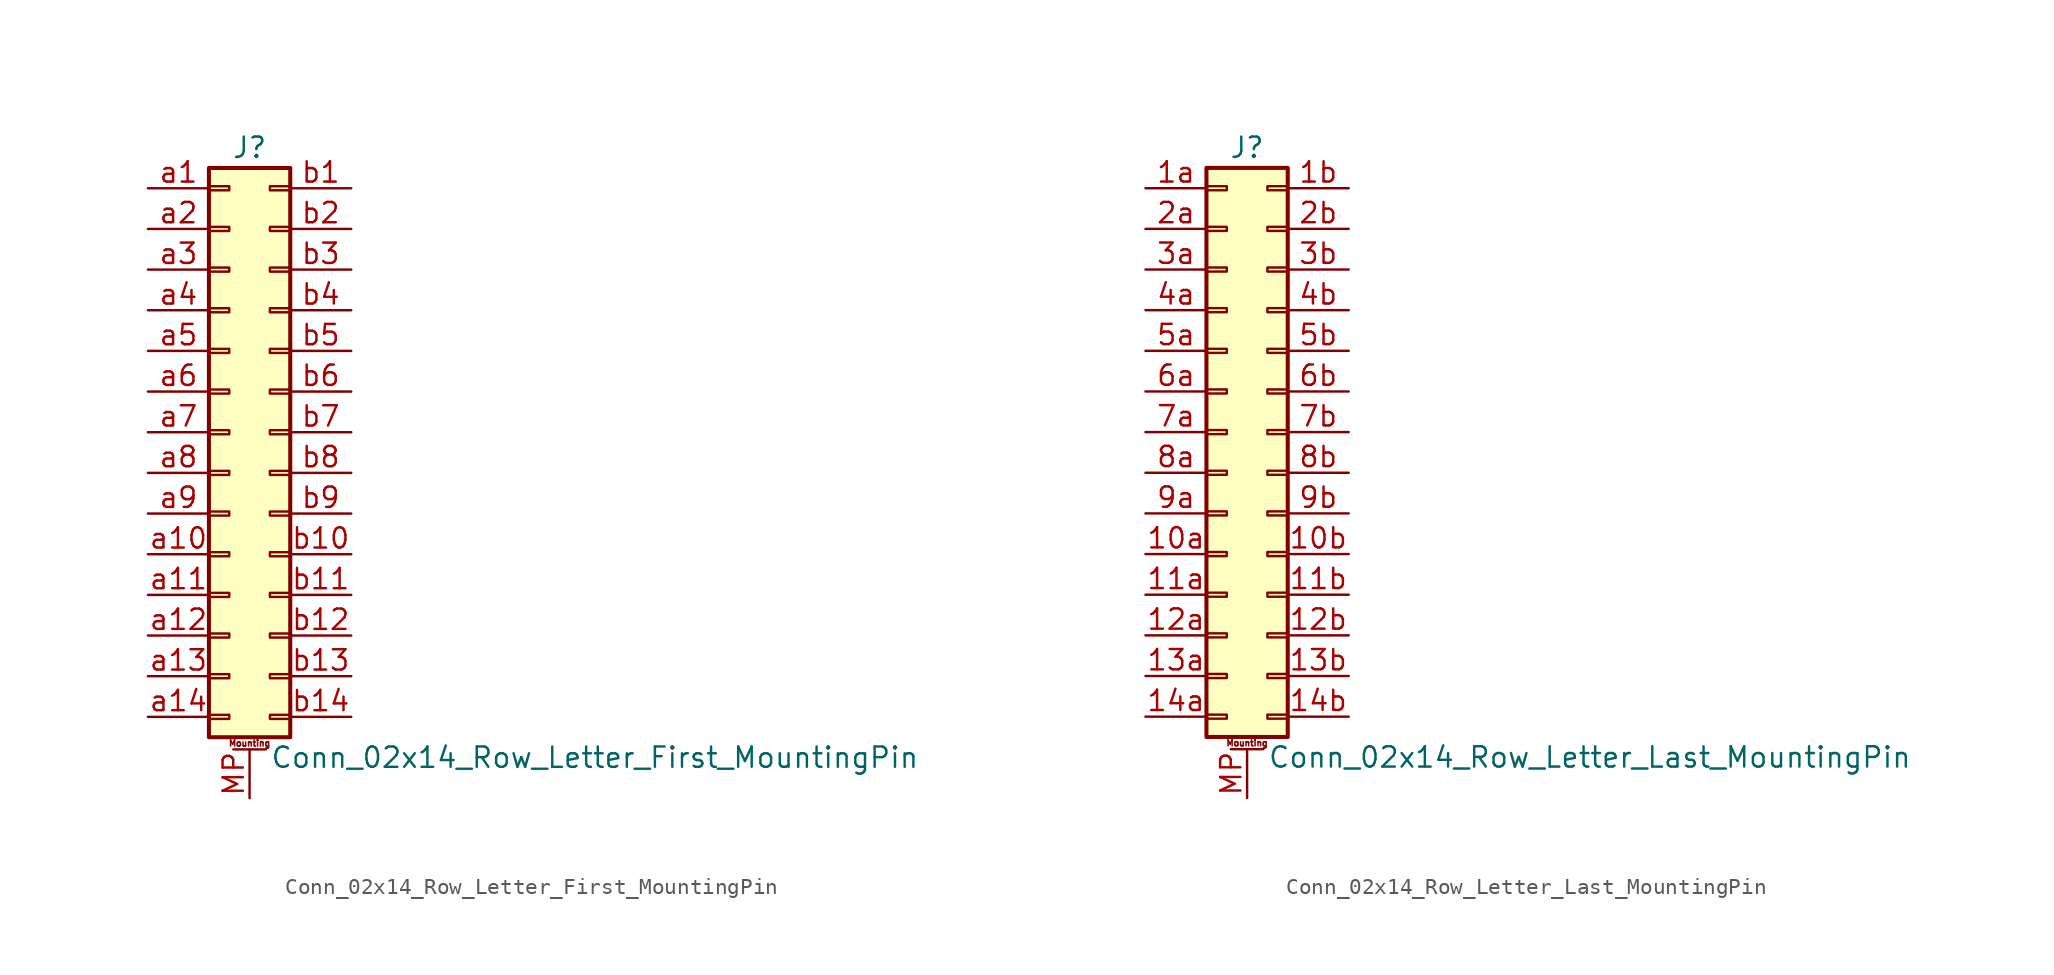
<source format=kicad_sym>
(kicad_symbol_lib
  (version 20201005)
  (generator kicad_symbol_editor)
  (symbol "Conn_02x14_Row_Letter_First_MountingPin"
    (pin_names
      (offset 1.016) hide)
    (property "Reference" "J"
      (at 1.27 17.78 0)
      (effects (font (size 1.27 1.27))))
    (property "Value" "Conn_02x14_Row_Letter_First_MountingPin"
      (at 2.54 -20.32 0)
      (effects (font (size 1.27 1.27)) (justify left)))
    (symbol "Conn_02x14_Row_Letter_First_MountingPin_1_1"
      (text "Mounting" (at 1.27 -19.431 0) (effects (font (size 0.381 0.381))))
      (rectangle (start -1.27 -17.653) (end 0 -17.907) (stroke (width 0.152)) (fill (type none)))
      (rectangle (start -1.27 -15.113) (end 0 -15.367) (stroke (width 0.152)) (fill (type none)))
      (rectangle (start -1.27 -12.573) (end 0 -12.827) (stroke (width 0.152)) (fill (type none)))
      (rectangle (start -1.27 -10.033) (end 0 -10.287) (stroke (width 0.152)) (fill (type none)))
      (rectangle (start -1.27 -7.493) (end 0 -7.747) (stroke (width 0.152)) (fill (type none)))
      (rectangle (start -1.27 -4.953) (end 0 -5.207) (stroke (width 0.152)) (fill (type none)))
      (rectangle (start -1.27 -2.413) (end 0 -2.667) (stroke (width 0.152)) (fill (type none)))
      (rectangle (start -1.27 0.127) (end 0 -0.127) (stroke (width 0.152)) (fill (type none)))
      (rectangle (start -1.27 2.667) (end 0 2.413) (stroke (width 0.152)) (fill (type none)))
      (rectangle (start -1.27 5.207) (end 0 4.953) (stroke (width 0.152)) (fill (type none)))
      (rectangle (start -1.27 7.747) (end 0 7.493) (stroke (width 0.152)) (fill (type none)))
      (rectangle (start -1.27 10.287) (end 0 10.033) (stroke (width 0.152)) (fill (type none)))
      (rectangle (start -1.27 12.827) (end 0 12.573) (stroke (width 0.152)) (fill (type none)))
      (rectangle (start -1.27 15.367) (end 0 15.113) (stroke (width 0.152)) (fill (type none)))
      (rectangle (start 3.81 -17.653) (end 2.54 -17.907) (stroke (width 0.152)) (fill (type none)))
      (rectangle (start 3.81 -15.113) (end 2.54 -15.367) (stroke (width 0.152)) (fill (type none)))
      (rectangle (start 3.81 -12.573) (end 2.54 -12.827) (stroke (width 0.152)) (fill (type none)))
      (rectangle (start 3.81 -10.033) (end 2.54 -10.287) (stroke (width 0.152)) (fill (type none)))
      (rectangle (start 3.81 -7.493) (end 2.54 -7.747) (stroke (width 0.152)) (fill (type none)))
      (rectangle (start 3.81 -4.953) (end 2.54 -5.207) (stroke (width 0.152)) (fill (type none)))
      (rectangle (start 3.81 -2.413) (end 2.54 -2.667) (stroke (width 0.152)) (fill (type none)))
      (rectangle (start 3.81 0.127) (end 2.54 -0.127) (stroke (width 0.152)) (fill (type none)))
      (rectangle (start 3.81 2.667) (end 2.54 2.413) (stroke (width 0.152)) (fill (type none)))
      (rectangle (start 3.81 5.207) (end 2.54 4.953) (stroke (width 0.152)) (fill (type none)))
      (rectangle (start 3.81 7.747) (end 2.54 7.493) (stroke (width 0.152)) (fill (type none)))
      (rectangle (start 3.81 10.287) (end 2.54 10.033) (stroke (width 0.152)) (fill (type none)))
      (rectangle (start 3.81 12.827) (end 2.54 12.573) (stroke (width 0.152)) (fill (type none)))
      (rectangle (start 3.81 15.367) (end 2.54 15.113) (stroke (width 0.152)) (fill (type none)))
      (rectangle (start -1.27 16.51) (end 3.81 -19.05) (stroke (width 0.254)) (fill (type background)))
      (polyline (pts (xy 0.254 -19.812) (xy 2.286 -19.812)) (stroke (width 0.152)) (fill (type none)))
      (pin passive line (at 1.27 -22.86 90) (length 3.048) (name "MountPin" (effects (font (size 1.27 1.27)))) (number "MP" (effects (font (size 1.27 1.27)))))
      (pin passive line (at -5.08 15.24 0) (length 3.81) (name "Pin_a1" (effects (font (size 1.27 1.27)))) (number "a1" (effects (font (size 1.27 1.27)))))
      (pin passive line (at -5.08 -7.62 0) (length 3.81) (name "Pin_a10" (effects (font (size 1.27 1.27)))) (number "a10" (effects (font (size 1.27 1.27)))))
      (pin passive line (at -5.08 -10.16 0) (length 3.81) (name "Pin_a11" (effects (font (size 1.27 1.27)))) (number "a11" (effects (font (size 1.27 1.27)))))
      (pin passive line (at -5.08 -12.7 0) (length 3.81) (name "Pin_a12" (effects (font (size 1.27 1.27)))) (number "a12" (effects (font (size 1.27 1.27)))))
      (pin passive line (at -5.08 -15.24 0) (length 3.81) (name "Pin_a13" (effects (font (size 1.27 1.27)))) (number "a13" (effects (font (size 1.27 1.27)))))
      (pin passive line (at -5.08 -17.78 0) (length 3.81) (name "Pin_a14" (effects (font (size 1.27 1.27)))) (number "a14" (effects (font (size 1.27 1.27)))))
      (pin passive line (at -5.08 12.7 0) (length 3.81) (name "Pin_a2" (effects (font (size 1.27 1.27)))) (number "a2" (effects (font (size 1.27 1.27)))))
      (pin passive line (at -5.08 10.16 0) (length 3.81) (name "Pin_a3" (effects (font (size 1.27 1.27)))) (number "a3" (effects (font (size 1.27 1.27)))))
      (pin passive line (at -5.08 7.62 0) (length 3.81) (name "Pin_a4" (effects (font (size 1.27 1.27)))) (number "a4" (effects (font (size 1.27 1.27)))))
      (pin passive line (at -5.08 5.08 0) (length 3.81) (name "Pin_a5" (effects (font (size 1.27 1.27)))) (number "a5" (effects (font (size 1.27 1.27)))))
      (pin passive line (at -5.08 2.54 0) (length 3.81) (name "Pin_a6" (effects (font (size 1.27 1.27)))) (number "a6" (effects (font (size 1.27 1.27)))))
      (pin passive line (at -5.08 0 0) (length 3.81) (name "Pin_a7" (effects (font (size 1.27 1.27)))) (number "a7" (effects (font (size 1.27 1.27)))))
      (pin passive line (at -5.08 -2.54 0) (length 3.81) (name "Pin_a8" (effects (font (size 1.27 1.27)))) (number "a8" (effects (font (size 1.27 1.27)))))
      (pin passive line (at -5.08 -5.08 0) (length 3.81) (name "Pin_a9" (effects (font (size 1.27 1.27)))) (number "a9" (effects (font (size 1.27 1.27)))))
      (pin passive line (at 7.62 15.24 180) (length 3.81) (name "Pin_b1" (effects (font (size 1.27 1.27)))) (number "b1" (effects (font (size 1.27 1.27)))))
      (pin passive line (at 7.62 -7.62 180) (length 3.81) (name "Pin_b10" (effects (font (size 1.27 1.27)))) (number "b10" (effects (font (size 1.27 1.27)))))
      (pin passive line (at 7.62 -10.16 180) (length 3.81) (name "Pin_b11" (effects (font (size 1.27 1.27)))) (number "b11" (effects (font (size 1.27 1.27)))))
      (pin passive line (at 7.62 -12.7 180) (length 3.81) (name "Pin_b12" (effects (font (size 1.27 1.27)))) (number "b12" (effects (font (size 1.27 1.27)))))
      (pin passive line (at 7.62 -15.24 180) (length 3.81) (name "Pin_b13" (effects (font (size 1.27 1.27)))) (number "b13" (effects (font (size 1.27 1.27)))))
      (pin passive line (at 7.62 -17.78 180) (length 3.81) (name "Pin_b14" (effects (font (size 1.27 1.27)))) (number "b14" (effects (font (size 1.27 1.27)))))
      (pin passive line (at 7.62 12.7 180) (length 3.81) (name "Pin_b2" (effects (font (size 1.27 1.27)))) (number "b2" (effects (font (size 1.27 1.27)))))
      (pin passive line (at 7.62 10.16 180) (length 3.81) (name "Pin_b3" (effects (font (size 1.27 1.27)))) (number "b3" (effects (font (size 1.27 1.27)))))
      (pin passive line (at 7.62 7.62 180) (length 3.81) (name "Pin_b4" (effects (font (size 1.27 1.27)))) (number "b4" (effects (font (size 1.27 1.27)))))
      (pin passive line (at 7.62 5.08 180) (length 3.81) (name "Pin_b5" (effects (font (size 1.27 1.27)))) (number "b5" (effects (font (size 1.27 1.27)))))
      (pin passive line (at 7.62 2.54 180) (length 3.81) (name "Pin_b6" (effects (font (size 1.27 1.27)))) (number "b6" (effects (font (size 1.27 1.27)))))
      (pin passive line (at 7.62 0 180) (length 3.81) (name "Pin_b7" (effects (font (size 1.27 1.27)))) (number "b7" (effects (font (size 1.27 1.27)))))
      (pin passive line (at 7.62 -2.54 180) (length 3.81) (name "Pin_b8" (effects (font (size 1.27 1.27)))) (number "b8" (effects (font (size 1.27 1.27)))))
      (pin passive line (at 7.62 -5.08 180) (length 3.81) (name "Pin_b9" (effects (font (size 1.27 1.27)))) (number "b9" (effects (font (size 1.27 1.27)))))))
  (symbol "Conn_02x14_Row_Letter_Last_MountingPin"
    (pin_names
      (offset 1.016) hide)
    (property "Reference" "J"
      (at 1.27 17.78 0)
      (effects (font (size 1.27 1.27))))
    (property "Value" "Conn_02x14_Row_Letter_Last_MountingPin"
      (at 2.54 -20.32 0)
      (effects (font (size 1.27 1.27)) (justify left)))
    (symbol "Conn_02x14_Row_Letter_Last_MountingPin_1_1"
      (text "Mounting" (at 1.27 -19.431 0) (effects (font (size 0.381 0.381))))
      (rectangle (start -1.27 -17.653) (end 0 -17.907) (stroke (width 0.152)) (fill (type none)))
      (rectangle (start -1.27 -15.113) (end 0 -15.367) (stroke (width 0.152)) (fill (type none)))
      (rectangle (start -1.27 -12.573) (end 0 -12.827) (stroke (width 0.152)) (fill (type none)))
      (rectangle (start -1.27 -10.033) (end 0 -10.287) (stroke (width 0.152)) (fill (type none)))
      (rectangle (start -1.27 -7.493) (end 0 -7.747) (stroke (width 0.152)) (fill (type none)))
      (rectangle (start -1.27 -4.953) (end 0 -5.207) (stroke (width 0.152)) (fill (type none)))
      (rectangle (start -1.27 -2.413) (end 0 -2.667) (stroke (width 0.152)) (fill (type none)))
      (rectangle (start -1.27 0.127) (end 0 -0.127) (stroke (width 0.152)) (fill (type none)))
      (rectangle (start -1.27 2.667) (end 0 2.413) (stroke (width 0.152)) (fill (type none)))
      (rectangle (start -1.27 5.207) (end 0 4.953) (stroke (width 0.152)) (fill (type none)))
      (rectangle (start -1.27 7.747) (end 0 7.493) (stroke (width 0.152)) (fill (type none)))
      (rectangle (start -1.27 10.287) (end 0 10.033) (stroke (width 0.152)) (fill (type none)))
      (rectangle (start -1.27 12.827) (end 0 12.573) (stroke (width 0.152)) (fill (type none)))
      (rectangle (start -1.27 15.367) (end 0 15.113) (stroke (width 0.152)) (fill (type none)))
      (rectangle (start 3.81 -17.653) (end 2.54 -17.907) (stroke (width 0.152)) (fill (type none)))
      (rectangle (start 3.81 -15.113) (end 2.54 -15.367) (stroke (width 0.152)) (fill (type none)))
      (rectangle (start 3.81 -12.573) (end 2.54 -12.827) (stroke (width 0.152)) (fill (type none)))
      (rectangle (start 3.81 -10.033) (end 2.54 -10.287) (stroke (width 0.152)) (fill (type none)))
      (rectangle (start 3.81 -7.493) (end 2.54 -7.747) (stroke (width 0.152)) (fill (type none)))
      (rectangle (start 3.81 -4.953) (end 2.54 -5.207) (stroke (width 0.152)) (fill (type none)))
      (rectangle (start 3.81 -2.413) (end 2.54 -2.667) (stroke (width 0.152)) (fill (type none)))
      (rectangle (start 3.81 0.127) (end 2.54 -0.127) (stroke (width 0.152)) (fill (type none)))
      (rectangle (start 3.81 2.667) (end 2.54 2.413) (stroke (width 0.152)) (fill (type none)))
      (rectangle (start 3.81 5.207) (end 2.54 4.953) (stroke (width 0.152)) (fill (type none)))
      (rectangle (start 3.81 7.747) (end 2.54 7.493) (stroke (width 0.152)) (fill (type none)))
      (rectangle (start 3.81 10.287) (end 2.54 10.033) (stroke (width 0.152)) (fill (type none)))
      (rectangle (start 3.81 12.827) (end 2.54 12.573) (stroke (width 0.152)) (fill (type none)))
      (rectangle (start 3.81 15.367) (end 2.54 15.113) (stroke (width 0.152)) (fill (type none)))
      (rectangle (start -1.27 16.51) (end 3.81 -19.05) (stroke (width 0.254)) (fill (type background)))
      (polyline (pts (xy 0.254 -19.812) (xy 2.286 -19.812)) (stroke (width 0.152)) (fill (type none)))
      (pin passive line (at -5.08 -7.62 0) (length 3.81) (name "Pin_10a" (effects (font (size 1.27 1.27)))) (number "10a" (effects (font (size 1.27 1.27)))))
      (pin passive line (at 7.62 -7.62 180) (length 3.81) (name "Pin_10b" (effects (font (size 1.27 1.27)))) (number "10b" (effects (font (size 1.27 1.27)))))
      (pin passive line (at -5.08 -10.16 0) (length 3.81) (name "Pin_11a" (effects (font (size 1.27 1.27)))) (number "11a" (effects (font (size 1.27 1.27)))))
      (pin passive line (at 7.62 -10.16 180) (length 3.81) (name "Pin_11b" (effects (font (size 1.27 1.27)))) (number "11b" (effects (font (size 1.27 1.27)))))
      (pin passive line (at -5.08 -12.7 0) (length 3.81) (name "Pin_12a" (effects (font (size 1.27 1.27)))) (number "12a" (effects (font (size 1.27 1.27)))))
      (pin passive line (at 7.62 -12.7 180) (length 3.81) (name "Pin_12b" (effects (font (size 1.27 1.27)))) (number "12b" (effects (font (size 1.27 1.27)))))
      (pin passive line (at -5.08 -15.24 0) (length 3.81) (name "Pin_13a" (effects (font (size 1.27 1.27)))) (number "13a" (effects (font (size 1.27 1.27)))))
      (pin passive line (at 7.62 -15.24 180) (length 3.81) (name "Pin_13b" (effects (font (size 1.27 1.27)))) (number "13b" (effects (font (size 1.27 1.27)))))
      (pin passive line (at -5.08 -17.78 0) (length 3.81) (name "Pin_14a" (effects (font (size 1.27 1.27)))) (number "14a" (effects (font (size 1.27 1.27)))))
      (pin passive line (at 7.62 -17.78 180) (length 3.81) (name "Pin_14b" (effects (font (size 1.27 1.27)))) (number "14b" (effects (font (size 1.27 1.27)))))
      (pin passive line (at -5.08 15.24 0) (length 3.81) (name "Pin_1a" (effects (font (size 1.27 1.27)))) (number "1a" (effects (font (size 1.27 1.27)))))
      (pin passive line (at 7.62 15.24 180) (length 3.81) (name "Pin_1b" (effects (font (size 1.27 1.27)))) (number "1b" (effects (font (size 1.27 1.27)))))
      (pin passive line (at -5.08 12.7 0) (length 3.81) (name "Pin_2a" (effects (font (size 1.27 1.27)))) (number "2a" (effects (font (size 1.27 1.27)))))
      (pin passive line (at 7.62 12.7 180) (length 3.81) (name "Pin_2b" (effects (font (size 1.27 1.27)))) (number "2b" (effects (font (size 1.27 1.27)))))
      (pin passive line (at -5.08 10.16 0) (length 3.81) (name "Pin_3a" (effects (font (size 1.27 1.27)))) (number "3a" (effects (font (size 1.27 1.27)))))
      (pin passive line (at 7.62 10.16 180) (length 3.81) (name "Pin_3b" (effects (font (size 1.27 1.27)))) (number "3b" (effects (font (size 1.27 1.27)))))
      (pin passive line (at -5.08 7.62 0) (length 3.81) (name "Pin_4a" (effects (font (size 1.27 1.27)))) (number "4a" (effects (font (size 1.27 1.27)))))
      (pin passive line (at 7.62 7.62 180) (length 3.81) (name "Pin_4b" (effects (font (size 1.27 1.27)))) (number "4b" (effects (font (size 1.27 1.27)))))
      (pin passive line (at -5.08 5.08 0) (length 3.81) (name "Pin_5a" (effects (font (size 1.27 1.27)))) (number "5a" (effects (font (size 1.27 1.27)))))
      (pin passive line (at 7.62 5.08 180) (length 3.81) (name "Pin_5b" (effects (font (size 1.27 1.27)))) (number "5b" (effects (font (size 1.27 1.27)))))
      (pin passive line (at -5.08 2.54 0) (length 3.81) (name "Pin_6a" (effects (font (size 1.27 1.27)))) (number "6a" (effects (font (size 1.27 1.27)))))
      (pin passive line (at 7.62 2.54 180) (length 3.81) (name "Pin_6b" (effects (font (size 1.27 1.27)))) (number "6b" (effects (font (size 1.27 1.27)))))
      (pin passive line (at -5.08 0 0) (length 3.81) (name "Pin_7a" (effects (font (size 1.27 1.27)))) (number "7a" (effects (font (size 1.27 1.27)))))
      (pin passive line (at 7.62 0 180) (length 3.81) (name "Pin_7b" (effects (font (size 1.27 1.27)))) (number "7b" (effects (font (size 1.27 1.27)))))
      (pin passive line (at -5.08 -2.54 0) (length 3.81) (name "Pin_8a" (effects (font (size 1.27 1.27)))) (number "8a" (effects (font (size 1.27 1.27)))))
      (pin passive line (at 7.62 -2.54 180) (length 3.81) (name "Pin_8b" (effects (font (size 1.27 1.27)))) (number "8b" (effects (font (size 1.27 1.27)))))
      (pin passive line (at -5.08 -5.08 0) (length 3.81) (name "Pin_9a" (effects (font (size 1.27 1.27)))) (number "9a" (effects (font (size 1.27 1.27)))))
      (pin passive line (at 7.62 -5.08 180) (length 3.81) (name "Pin_9b" (effects (font (size 1.27 1.27)))) (number "9b" (effects (font (size 1.27 1.27)))))
      (pin passive line (at 1.27 -22.86 90) (length 3.048) (name "MountPin" (effects (font (size 1.27 1.27)))) (number "MP" (effects (font (size 1.27 1.27))))))))
</source>
